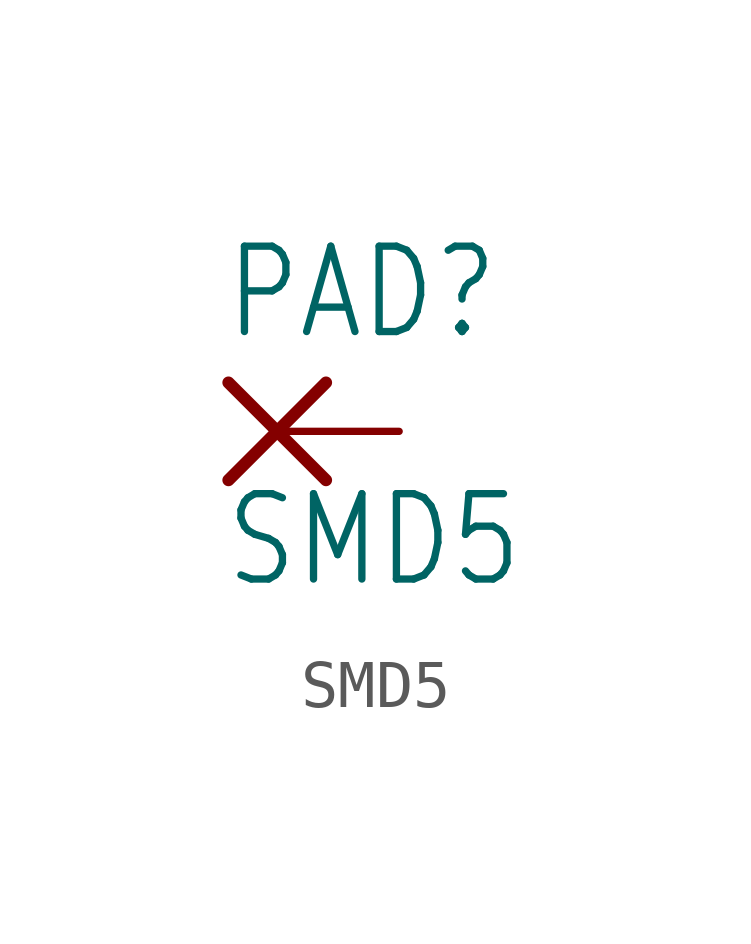
<source format=kicad_sym>
(kicad_symbol_lib
  (version 20211014)
  (generator kicad_symbol_editor)
  (symbol "SMD5"
    (property "Reference" "PAD"
      (at -1.143 1.854 0)
      (effects (font (size 1.778 1.511)) (justify left bottom)))
    (property "Value" "SMD5"
      (at -1.143 -3.302 0)
      (effects (font (size 1.778 1.511)) (justify left bottom)))
    (property "ki_locked" ""
      (at 0 0 0)
      (effects (font (size 1.27 1.27))))
    (symbol "SMD5_1_0"
      (polyline (pts (xy -1.016 -1.016) (xy 1.016 1.016)) (stroke (width 0.254) (type default) (color 0 0 0 0)) (fill (type none)))
      (polyline (pts (xy -1.016 1.016) (xy 1.016 -1.016)) (stroke (width 0.254) (type default) (color 0 0 0 0)) (fill (type none)))
      (pin passive line (at 2.54 0 180) (length 2.54) (name "P" (effects (font (size 0 0)))) (number "1" (effects (font (size 0 0))))))))
</source>
